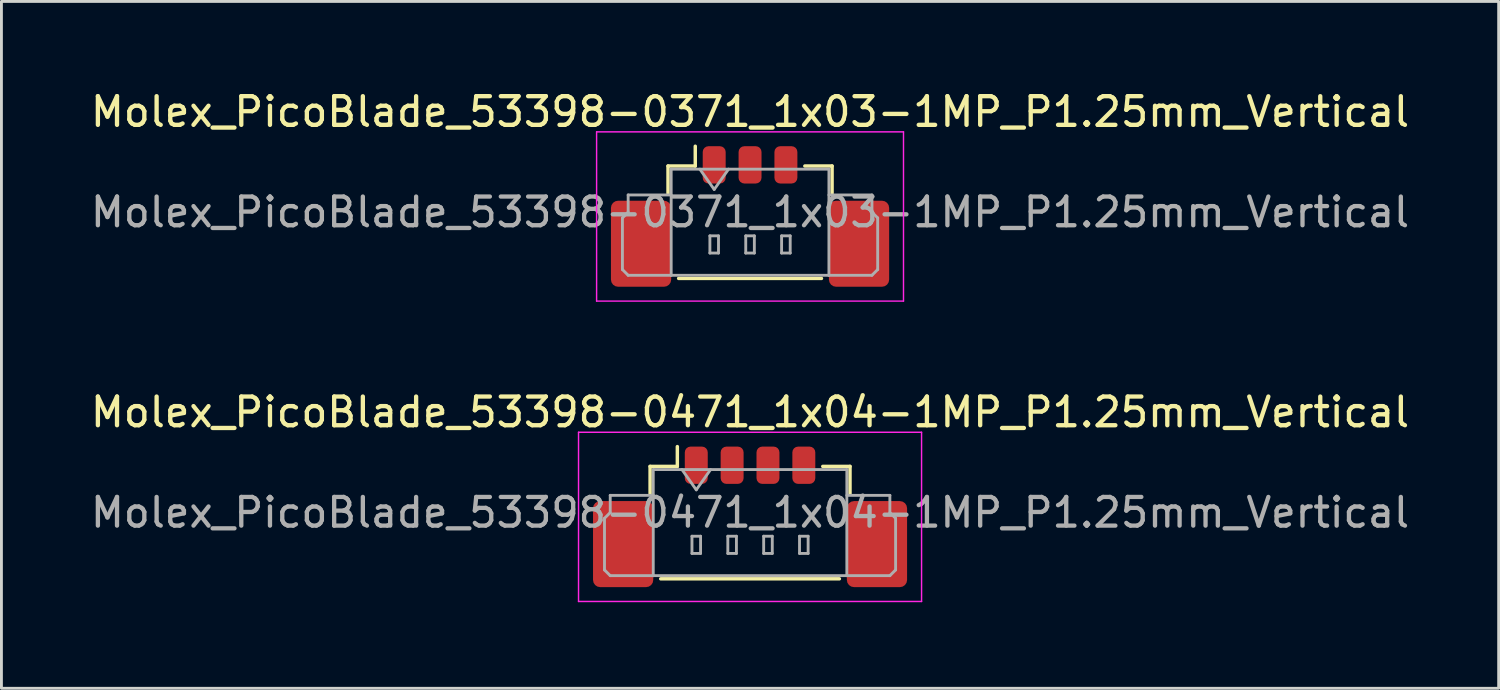
<source format=kicad_pcb>
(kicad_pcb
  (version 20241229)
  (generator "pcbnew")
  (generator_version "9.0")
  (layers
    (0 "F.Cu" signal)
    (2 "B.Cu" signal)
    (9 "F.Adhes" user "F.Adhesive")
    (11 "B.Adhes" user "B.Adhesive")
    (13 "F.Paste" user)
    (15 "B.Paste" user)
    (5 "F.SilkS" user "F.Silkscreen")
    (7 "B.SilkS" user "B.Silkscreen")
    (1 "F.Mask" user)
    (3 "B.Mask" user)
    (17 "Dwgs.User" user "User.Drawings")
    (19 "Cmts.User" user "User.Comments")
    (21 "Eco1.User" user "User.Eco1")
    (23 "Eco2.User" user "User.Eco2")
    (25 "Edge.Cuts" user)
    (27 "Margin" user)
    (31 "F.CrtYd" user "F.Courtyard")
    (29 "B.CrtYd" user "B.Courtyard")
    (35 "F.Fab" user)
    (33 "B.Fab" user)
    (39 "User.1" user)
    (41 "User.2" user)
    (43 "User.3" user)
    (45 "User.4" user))
  (footprint "Molex_PicoBlade_53398-0371_1x03-1MP_P1.25mm_Vertical"
    (layer "F.Cu")
    (at 23.101 3.948)
    (property "Reference" "Molex_PicoBlade_53398-0371_1x03-1MP_P1.25mm_Vertical" (at 0 -3.1 0) (layer "F.SilkS") (effects (font (size 1 1) (thickness 0.15))))
    (attr smd)
    (fp_line (start -2.86 -1.21) (end -1.91 -1.21) (stroke (width 0.12) (type solid)) (layer "F.SilkS"))
    (fp_line (start -2.86 -0.26) (end -2.86 -1.21) (stroke (width 0.12) (type solid)) (layer "F.SilkS"))
    (fp_line (start -2.49 2.71) (end 2.49 2.71) (stroke (width 0.12) (type solid)) (layer "F.SilkS"))
    (fp_line (start -1.91 -1.21) (end -1.91 -1.9) (stroke (width 0.12) (type solid)) (layer "F.SilkS"))
    (fp_line (start 2.86 -1.21) (end 1.91 -1.21) (stroke (width 0.12) (type solid)) (layer "F.SilkS"))
    (fp_line (start 2.86 -0.26) (end 2.86 -1.21) (stroke (width 0.12) (type solid)) (layer "F.SilkS"))
    (fp_line (start -5.35 -2.4) (end -5.35 3.5) (stroke (width 0.05) (type solid)) (layer "F.CrtYd"))
    (fp_line (start -5.35 3.5) (end 5.35 3.5) (stroke (width 0.05) (type solid)) (layer "F.CrtYd"))
    (fp_line (start 5.35 -2.4) (end -5.35 -2.4) (stroke (width 0.05) (type solid)) (layer "F.CrtYd"))
    (fp_line (start 5.35 3.5) (end 5.35 -2.4) (stroke (width 0.05) (type solid)) (layer "F.CrtYd"))
    (fp_line (start -4.45 0.6) (end -4.25 0.4) (stroke (width 0.1) (type solid)) (layer "F.Fab"))
    (fp_line (start -4.45 2.4) (end -4.45 0.6) (stroke (width 0.1) (type solid)) (layer "F.Fab"))
    (fp_line (start -4.25 -0.2) (end -2.75 -0.2) (stroke (width 0.1) (type solid)) (layer "F.Fab"))
    (fp_line (start -4.25 0.4) (end -4.25 -0.2) (stroke (width 0.1) (type solid)) (layer "F.Fab"))
    (fp_line (start -4.25 2.6) (end -4.45 2.4) (stroke (width 0.1) (type solid)) (layer "F.Fab"))
    (fp_line (start -2.75 -1.1) (end -2.75 2.6) (stroke (width 0.1) (type solid)) (layer "F.Fab"))
    (fp_line (start -2.75 -1.1) (end 2.75 -1.1) (stroke (width 0.1) (type solid)) (layer "F.Fab"))
    (fp_line (start -2.75 2.6) (end -4.25 2.6) (stroke (width 0.1) (type solid)) (layer "F.Fab"))
    (fp_line (start -2.75 2.6) (end 2.75 2.6) (stroke (width 0.1) (type solid)) (layer "F.Fab"))
    (fp_line (start -1.75 -1.1) (end -1.25 -0.393) (stroke (width 0.1) (type solid)) (layer "F.Fab"))
    (fp_line (start -1.4 1.225) (end -1.4 1.825) (stroke (width 0.1) (type solid)) (layer "F.Fab"))
    (fp_line (start -1.4 1.825) (end -1.1 1.825) (stroke (width 0.1) (type solid)) (layer "F.Fab"))
    (fp_line (start -1.25 -0.393) (end -0.75 -1.1) (stroke (width 0.1) (type solid)) (layer "F.Fab"))
    (fp_line (start -1.1 1.225) (end -1.4 1.225) (stroke (width 0.1) (type solid)) (layer "F.Fab"))
    (fp_line (start -1.1 1.825) (end -1.1 1.225) (stroke (width 0.1) (type solid)) (layer "F.Fab"))
    (fp_line (start -0.15 1.225) (end -0.15 1.825) (stroke (width 0.1) (type solid)) (layer "F.Fab"))
    (fp_line (start -0.15 1.825) (end 0.15 1.825) (stroke (width 0.1) (type solid)) (layer "F.Fab"))
    (fp_line (start 0.15 1.225) (end -0.15 1.225) (stroke (width 0.1) (type solid)) (layer "F.Fab"))
    (fp_line (start 0.15 1.825) (end 0.15 1.225) (stroke (width 0.1) (type solid)) (layer "F.Fab"))
    (fp_line (start 1.1 1.225) (end 1.1 1.825) (stroke (width 0.1) (type solid)) (layer "F.Fab"))
    (fp_line (start 1.1 1.825) (end 1.4 1.825) (stroke (width 0.1) (type solid)) (layer "F.Fab"))
    (fp_line (start 1.4 1.225) (end 1.1 1.225) (stroke (width 0.1) (type solid)) (layer "F.Fab"))
    (fp_line (start 1.4 1.825) (end 1.4 1.225) (stroke (width 0.1) (type solid)) (layer "F.Fab"))
    (fp_line (start 2.75 -1.1) (end 2.75 2.6) (stroke (width 0.1) (type solid)) (layer "F.Fab"))
    (fp_line (start 2.75 2.6) (end 4.25 2.6) (stroke (width 0.1) (type solid)) (layer "F.Fab"))
    (fp_line (start 4.25 -0.2) (end 2.75 -0.2) (stroke (width 0.1) (type solid)) (layer "F.Fab"))
    (fp_line (start 4.25 0.4) (end 4.25 -0.2) (stroke (width 0.1) (type solid)) (layer "F.Fab"))
    (fp_line (start 4.25 2.6) (end 4.45 2.4) (stroke (width 0.1) (type solid)) (layer "F.Fab"))
    (fp_line (start 4.45 0.6) (end 4.25 0.4) (stroke (width 0.1) (type solid)) (layer "F.Fab"))
    (fp_line (start 4.45 2.4) (end 4.45 0.6) (stroke (width 0.1) (type solid)) (layer "F.Fab"))
    (fp_text user "${REFERENCE}" (at 0 0.4 0) (layer "F.Fab") (effects (font (size 1 1) (thickness 0.15))))
    (pad "1" smd roundrect (at -1.25 -1.25) (size 0.8 1.3) (layers "F.Cu" "F.Mask" "F.Paste") (roundrect_rratio 0.25))
    (pad "2" smd roundrect (at 0 -1.25) (size 0.8 1.3) (layers "F.Cu" "F.Mask" "F.Paste") (roundrect_rratio 0.25))
    (pad "3" smd roundrect (at 1.25 -1.25) (size 0.8 1.3) (layers "F.Cu" "F.Mask" "F.Paste") (roundrect_rratio 0.25))
    (pad "MP" smd roundrect (at -3.8 1.5) (size 2.1 3) (layers "F.Cu" "F.Mask" "F.Paste") (roundrect_rratio 0.119))
    (pad "MP" smd roundrect (at 3.8 1.5) (size 2.1 3) (layers "F.Cu" "F.Mask" "F.Paste") (roundrect_rratio 0.119)))
  (footprint "Molex_PicoBlade_53398-0471_1x04-1MP_P1.25mm_Vertical"
    (layer "F.Cu")
    (at 23.101 14.421)
    (property "Reference" "Molex_PicoBlade_53398-0471_1x04-1MP_P1.25mm_Vertical" (at 0 -3.1 0) (layer "F.SilkS") (effects (font (size 1 1) (thickness 0.15))))
    (attr smd)
    (fp_line (start -3.485 -1.21) (end -2.535 -1.21) (stroke (width 0.12) (type solid)) (layer "F.SilkS"))
    (fp_line (start -3.485 -0.26) (end -3.485 -1.21) (stroke (width 0.12) (type solid)) (layer "F.SilkS"))
    (fp_line (start -3.115 2.71) (end 3.115 2.71) (stroke (width 0.12) (type solid)) (layer "F.SilkS"))
    (fp_line (start -2.535 -1.21) (end -2.535 -1.9) (stroke (width 0.12) (type solid)) (layer "F.SilkS"))
    (fp_line (start 3.485 -1.21) (end 2.535 -1.21) (stroke (width 0.12) (type solid)) (layer "F.SilkS"))
    (fp_line (start 3.485 -0.26) (end 3.485 -1.21) (stroke (width 0.12) (type solid)) (layer "F.SilkS"))
    (fp_line (start -5.98 -2.4) (end -5.98 3.5) (stroke (width 0.05) (type solid)) (layer "F.CrtYd"))
    (fp_line (start -5.98 3.5) (end 5.98 3.5) (stroke (width 0.05) (type solid)) (layer "F.CrtYd"))
    (fp_line (start 5.98 -2.4) (end -5.98 -2.4) (stroke (width 0.05) (type solid)) (layer "F.CrtYd"))
    (fp_line (start 5.98 3.5) (end 5.98 -2.4) (stroke (width 0.05) (type solid)) (layer "F.CrtYd"))
    (fp_line (start -5.075 0.6) (end -4.875 0.4) (stroke (width 0.1) (type solid)) (layer "F.Fab"))
    (fp_line (start -5.075 2.4) (end -5.075 0.6) (stroke (width 0.1) (type solid)) (layer "F.Fab"))
    (fp_line (start -4.875 -0.2) (end -3.375 -0.2) (stroke (width 0.1) (type solid)) (layer "F.Fab"))
    (fp_line (start -4.875 0.4) (end -4.875 -0.2) (stroke (width 0.1) (type solid)) (layer "F.Fab"))
    (fp_line (start -4.875 2.6) (end -5.075 2.4) (stroke (width 0.1) (type solid)) (layer "F.Fab"))
    (fp_line (start -3.375 -1.1) (end -3.375 2.6) (stroke (width 0.1) (type solid)) (layer "F.Fab"))
    (fp_line (start -3.375 -1.1) (end 3.375 -1.1) (stroke (width 0.1) (type solid)) (layer "F.Fab"))
    (fp_line (start -3.375 2.6) (end -4.875 2.6) (stroke (width 0.1) (type solid)) (layer "F.Fab"))
    (fp_line (start -3.375 2.6) (end 3.375 2.6) (stroke (width 0.1) (type solid)) (layer "F.Fab"))
    (fp_line (start -2.375 -1.1) (end -1.875 -0.393) (stroke (width 0.1) (type solid)) (layer "F.Fab"))
    (fp_line (start -2.025 1.225) (end -2.025 1.825) (stroke (width 0.1) (type solid)) (layer "F.Fab"))
    (fp_line (start -2.025 1.825) (end -1.725 1.825) (stroke (width 0.1) (type solid)) (layer "F.Fab"))
    (fp_line (start -1.875 -0.393) (end -1.375 -1.1) (stroke (width 0.1) (type solid)) (layer "F.Fab"))
    (fp_line (start -1.725 1.225) (end -2.025 1.225) (stroke (width 0.1) (type solid)) (layer "F.Fab"))
    (fp_line (start -1.725 1.825) (end -1.725 1.225) (stroke (width 0.1) (type solid)) (layer "F.Fab"))
    (fp_line (start -0.775 1.225) (end -0.775 1.825) (stroke (width 0.1) (type solid)) (layer "F.Fab"))
    (fp_line (start -0.775 1.825) (end -0.475 1.825) (stroke (width 0.1) (type solid)) (layer "F.Fab"))
    (fp_line (start -0.475 1.225) (end -0.775 1.225) (stroke (width 0.1) (type solid)) (layer "F.Fab"))
    (fp_line (start -0.475 1.825) (end -0.475 1.225) (stroke (width 0.1) (type solid)) (layer "F.Fab"))
    (fp_line (start 0.475 1.225) (end 0.475 1.825) (stroke (width 0.1) (type solid)) (layer "F.Fab"))
    (fp_line (start 0.475 1.825) (end 0.775 1.825) (stroke (width 0.1) (type solid)) (layer "F.Fab"))
    (fp_line (start 0.775 1.225) (end 0.475 1.225) (stroke (width 0.1) (type solid)) (layer "F.Fab"))
    (fp_line (start 0.775 1.825) (end 0.775 1.225) (stroke (width 0.1) (type solid)) (layer "F.Fab"))
    (fp_line (start 1.725 1.225) (end 1.725 1.825) (stroke (width 0.1) (type solid)) (layer "F.Fab"))
    (fp_line (start 1.725 1.825) (end 2.025 1.825) (stroke (width 0.1) (type solid)) (layer "F.Fab"))
    (fp_line (start 2.025 1.225) (end 1.725 1.225) (stroke (width 0.1) (type solid)) (layer "F.Fab"))
    (fp_line (start 2.025 1.825) (end 2.025 1.225) (stroke (width 0.1) (type solid)) (layer "F.Fab"))
    (fp_line (start 3.375 -1.1) (end 3.375 2.6) (stroke (width 0.1) (type solid)) (layer "F.Fab"))
    (fp_line (start 3.375 2.6) (end 4.875 2.6) (stroke (width 0.1) (type solid)) (layer "F.Fab"))
    (fp_line (start 4.875 -0.2) (end 3.375 -0.2) (stroke (width 0.1) (type solid)) (layer "F.Fab"))
    (fp_line (start 4.875 0.4) (end 4.875 -0.2) (stroke (width 0.1) (type solid)) (layer "F.Fab"))
    (fp_line (start 4.875 2.6) (end 5.075 2.4) (stroke (width 0.1) (type solid)) (layer "F.Fab"))
    (fp_line (start 5.075 0.6) (end 4.875 0.4) (stroke (width 0.1) (type solid)) (layer "F.Fab"))
    (fp_line (start 5.075 2.4) (end 5.075 0.6) (stroke (width 0.1) (type solid)) (layer "F.Fab"))
    (fp_text user "${REFERENCE}" (at 0 0.4 0) (layer "F.Fab") (effects (font (size 1 1) (thickness 0.15))))
    (pad "1" smd roundrect (at -1.875 -1.25) (size 0.8 1.3) (layers "F.Cu" "F.Mask" "F.Paste") (roundrect_rratio 0.25))
    (pad "2" smd roundrect (at -0.625 -1.25) (size 0.8 1.3) (layers "F.Cu" "F.Mask" "F.Paste") (roundrect_rratio 0.25))
    (pad "3" smd roundrect (at 0.625 -1.25) (size 0.8 1.3) (layers "F.Cu" "F.Mask" "F.Paste") (roundrect_rratio 0.25))
    (pad "4" smd roundrect (at 1.875 -1.25) (size 0.8 1.3) (layers "F.Cu" "F.Mask" "F.Paste") (roundrect_rratio 0.25))
    (pad "MP" smd roundrect (at -4.425 1.5) (size 2.1 3) (layers "F.Cu" "F.Mask" "F.Paste") (roundrect_rratio 0.119))
    (pad "MP" smd roundrect (at 4.425 1.5) (size 2.1 3) (layers "F.Cu" "F.Mask" "F.Paste") (roundrect_rratio 0.119)))
  (gr_rect
    (start -3 -3)
    (end 49.202 20.947)
    (stroke (width 0.1) (type default))
    (fill no)
    (layer "Edge.Cuts")))
</source>
